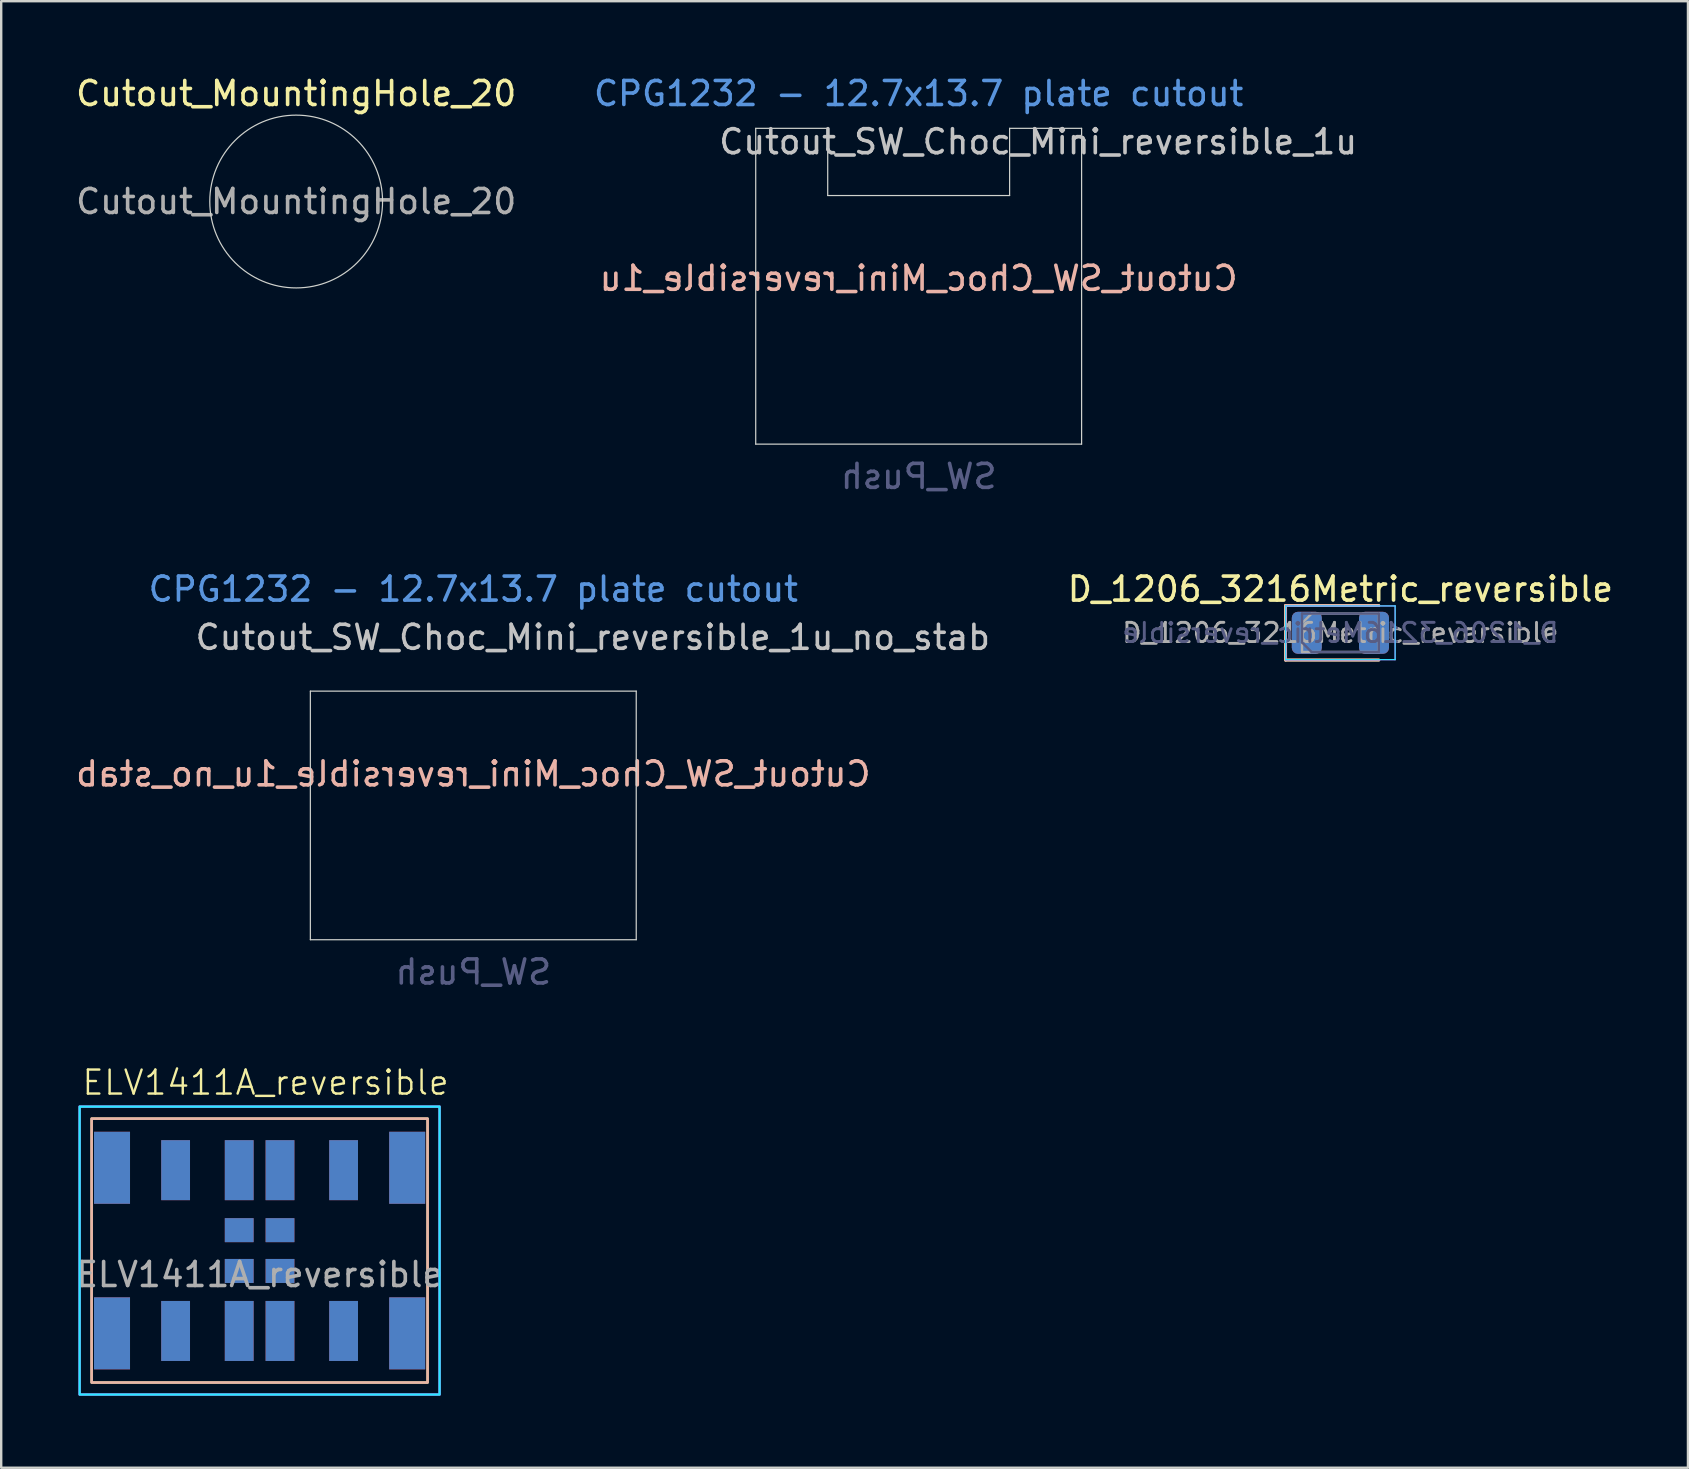
<source format=kicad_pcb>
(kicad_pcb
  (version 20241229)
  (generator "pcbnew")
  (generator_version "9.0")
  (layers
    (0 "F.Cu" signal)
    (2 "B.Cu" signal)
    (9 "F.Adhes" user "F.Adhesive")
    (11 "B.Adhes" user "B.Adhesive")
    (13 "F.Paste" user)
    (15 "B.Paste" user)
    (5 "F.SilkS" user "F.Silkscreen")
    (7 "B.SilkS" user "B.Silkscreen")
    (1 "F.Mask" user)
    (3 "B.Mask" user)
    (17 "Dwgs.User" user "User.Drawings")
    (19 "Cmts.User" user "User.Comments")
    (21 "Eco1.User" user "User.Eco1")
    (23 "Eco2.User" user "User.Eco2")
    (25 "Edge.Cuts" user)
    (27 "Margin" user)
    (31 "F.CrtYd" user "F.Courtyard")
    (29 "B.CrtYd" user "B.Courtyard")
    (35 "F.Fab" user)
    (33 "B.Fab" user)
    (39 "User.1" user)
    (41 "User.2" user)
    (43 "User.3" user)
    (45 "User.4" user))
  (footprint "ELV1411A_reversible"
    (layer "F.Cu")
    (at 7.768 49.063)
    (property "Reference" "ELV1411A_reversible" (at 0.25 -7 0) (unlocked yes) (layer "F.SilkS") (effects (font (size 1 1) (thickness 0.1))))
    (attr smd)
    (fp_rect (start -7 5.5) (end 7 -5.5) (stroke (width 0.1) (type default)) (fill no) (layer "F.SilkS"))
    (fp_rect (start -7 -5.5) (end 7 5.5) (stroke (width 0.1) (type default)) (fill no) (layer "B.SilkS"))
    (fp_rect (start -7.5 -6) (end 7.5 6) (stroke (width 0.1) (type default)) (fill no) (layer "B.CrtYd"))
    (fp_rect (start -7.5 -6) (end 7.5 6) (stroke (width 0.1) (type default)) (fill no) (layer "F.CrtYd"))
    (fp_text user "${REFERENCE}" (at 0 1 0) (unlocked yes) (layer "F.Fab") (effects (font (size 1 1) (thickness 0.15))))
    (pad "1" smd rect (at -0.85 -0.85) (size 1.2 1) (layers "F.Cu" "F.Mask" "F.Paste"))
    (pad "1" smd rect (at -0.85 -0.85) (size 1.2 1) (layers "B.Cu" "B.Mask" "B.Paste"))
    (pad "1" smd rect (at 0.85 -0.85) (size 1.2 1) (layers "F.Cu" "F.Mask" "F.Paste"))
    (pad "1" smd rect (at 0.85 -0.85) (size 1.2 1) (layers "B.Cu" "B.Mask" "B.Paste"))
    (pad "2" smd rect (at -0.85 0.85) (size 1.2 1) (layers "F.Cu" "F.Mask" "F.Paste"))
    (pad "2" smd rect (at -0.85 0.85) (size 1.2 1) (layers "B.Cu" "B.Mask" "B.Paste"))
    (pad "2" smd rect (at 0.85 0.85) (size 1.2 1) (layers "F.Cu" "F.Mask" "F.Paste"))
    (pad "2" smd rect (at 0.85 0.85) (size 1.2 1) (layers "B.Cu" "B.Mask" "B.Paste"))
    (pad "3" smd rect (at -6.15 -3.45) (size 1.5 3) (layers "F.Cu" "F.Mask" "F.Paste"))
    (pad "3" smd rect (at -6.15 -3.45) (size 1.5 3) (layers "B.Cu" "B.Mask" "B.Paste"))
    (pad "3" smd rect (at -6.15 3.45) (size 1.5 3) (layers "F.Cu" "F.Mask" "F.Paste"))
    (pad "3" smd rect (at -6.15 3.45) (size 1.5 3) (layers "B.Cu" "B.Mask" "B.Paste"))
    (pad "3" smd rect (at -3.5 -3.35) (size 1.2 2.5) (layers "F.Cu" "F.Mask" "F.Paste"))
    (pad "3" smd rect (at -3.5 -3.35) (size 1.2 2.5) (layers "B.Cu" "B.Mask" "B.Paste"))
    (pad "3" smd rect (at -3.5 3.35) (size 1.2 2.5) (layers "F.Cu" "F.Mask" "F.Paste"))
    (pad "3" smd rect (at -3.5 3.35) (size 1.2 2.5) (layers "B.Cu" "B.Mask" "B.Paste"))
    (pad "3" smd rect (at -0.85 -3.35) (size 1.2 2.5) (layers "F.Cu" "F.Mask" "F.Paste"))
    (pad "3" smd rect (at -0.85 -3.35) (size 1.2 2.5) (layers "B.Cu" "B.Mask" "B.Paste"))
    (pad "3" smd rect (at -0.85 3.35) (size 1.2 2.5) (layers "F.Cu" "F.Mask" "F.Paste"))
    (pad "3" smd rect (at -0.85 3.35) (size 1.2 2.5) (layers "B.Cu" "B.Mask" "B.Paste"))
    (pad "3" smd rect (at 0.85 -3.35) (size 1.2 2.5) (layers "F.Cu" "F.Mask" "F.Paste"))
    (pad "3" smd rect (at 0.85 -3.35) (size 1.2 2.5) (layers "B.Cu" "B.Mask" "B.Paste"))
    (pad "3" smd rect (at 0.85 3.35) (size 1.2 2.5) (layers "F.Cu" "F.Mask" "F.Paste"))
    (pad "3" smd rect (at 0.85 3.35) (size 1.2 2.5) (layers "B.Cu" "B.Mask" "B.Paste"))
    (pad "3" smd rect (at 3.5 -3.35) (size 1.2 2.5) (layers "F.Cu" "F.Mask" "F.Paste"))
    (pad "3" smd rect (at 3.5 -3.35) (size 1.2 2.5) (layers "B.Cu" "B.Mask" "B.Paste"))
    (pad "3" smd rect (at 3.5 3.35) (size 1.2 2.5) (layers "F.Cu" "F.Mask" "F.Paste"))
    (pad "3" smd rect (at 3.5 3.35) (size 1.2 2.5) (layers "B.Cu" "B.Mask" "B.Paste"))
    (pad "3" smd rect (at 6.15 -3.45) (size 1.5 3) (layers "F.Cu" "F.Mask" "F.Paste"))
    (pad "3" smd rect (at 6.15 -3.45) (size 1.5 3) (layers "B.Cu" "B.Mask" "B.Paste"))
    (pad "3" smd rect (at 6.15 3.45) (size 1.5 3) (layers "F.Cu" "F.Mask" "F.Paste"))
    (pad "3" smd rect (at 6.15 3.45) (size 1.5 3) (layers "B.Cu" "B.Mask" "B.Paste")))
  (footprint "Cutout_SW_Choc_Mini_reversible_1u_no_stab"
    (layer "F.Cu")
    (at 16.673 29.2)
    (property "Reference" "Cutout_SW_Choc_Mini_reversible_1u_no_stab" (at 4.98 -5.69 0) (layer "Dwgs.User") (effects (font (size 1 1) (thickness 0.15))))
    (property "Value" "SW_Push" (at -0.07 8.17 0) (layer "Dwgs.User") (hide yes) (effects (font (size 1 1) (thickness 0.15))))
    (attr through_hole)
    (fp_line (start -6.79 -3.45) (end -6.79 6.91) (stroke (width 0.05) (type default)) (layer "Edge.Cuts"))
    (fp_line (start -6.79 6.91) (end 6.79 6.91) (stroke (width 0.05) (type default)) (layer "Edge.Cuts"))
    (fp_line (start 6.79 -3.45) (end -6.79 -3.45) (stroke (width 0.05) (type default)) (layer "Edge.Cuts"))
    (fp_line (start 6.79 6.91) (end 6.79 -3.45) (stroke (width 0.05) (type default)) (layer "Edge.Cuts"))
    (fp_text user "${REFERENCE}" (at 0 0 0) (layer "B.SilkS") (effects (font (size 1 1) (thickness 0.15)) (justify mirror)))
    (fp_text user "CPG1232 - 12.7x13.7 plate cutout" (at 0 -7.7 0) (layer "Cmts.User") (effects (font (size 1 1) (thickness 0.15))))
    (fp_text user "${VALUE}" (at 0 8.255 0) (layer "B.Fab") (effects (font (size 1 1) (thickness 0.15)) (justify mirror))))
  (footprint "Cutout_SW_Choc_Mini_reversible_1u"
    (layer "F.Cu")
    (at 35.232 8.548)
    (property "Reference" "Cutout_SW_Choc_Mini_reversible_1u" (at 4.98 -5.69 0) (layer "Dwgs.User") (effects (font (size 1 1) (thickness 0.15))))
    (property "Value" "SW_Push" (at -0.07 8.17 0) (layer "Dwgs.User") (hide yes) (effects (font (size 1 1) (thickness 0.15))))
    (attr through_hole)
    (fp_line (start -6.79 -6.25) (end -6.79 6.91) (stroke (width 0.05) (type default)) (layer "Edge.Cuts"))
    (fp_line (start -6.79 6.91) (end 6.79 6.91) (stroke (width 0.05) (type default)) (layer "Edge.Cuts"))
    (fp_line (start -3.79 -6.25) (end -6.79 -6.25) (stroke (width 0.05) (type default)) (layer "Edge.Cuts"))
    (fp_line (start -3.79 -3.45) (end -3.79 -6.25) (stroke (width 0.05) (type default)) (layer "Edge.Cuts"))
    (fp_line (start 3.79 -6.25) (end 3.79 -3.45) (stroke (width 0.05) (type default)) (layer "Edge.Cuts"))
    (fp_line (start 3.79 -3.45) (end -3.79 -3.45) (stroke (width 0.05) (type default)) (layer "Edge.Cuts"))
    (fp_line (start 6.79 -6.25) (end 3.79 -6.25) (stroke (width 0.05) (type default)) (layer "Edge.Cuts"))
    (fp_line (start 6.79 6.91) (end 6.79 -6.25) (stroke (width 0.05) (type default)) (layer "Edge.Cuts"))
    (fp_text user "${REFERENCE}" (at 0 0 0) (layer "B.SilkS") (effects (font (size 1 1) (thickness 0.15)) (justify mirror)))
    (fp_text user "CPG1232 - 12.7x13.7 plate cutout" (at 0 -7.7 0) (layer "Cmts.User") (effects (font (size 1 1) (thickness 0.15))))
    (fp_text user "${VALUE}" (at 0 8.255 0) (layer "B.Fab") (effects (font (size 1 1) (thickness 0.15)) (justify mirror))))
  (footprint "Cutout_MountingHole_20"
    (layer "F.Cu")
    (at 9.292 5.348)
    (property "Reference" "Cutout_MountingHole_20" (at 0 -4.5 0) (layer "F.SilkS") (effects (font (size 1 1) (thickness 0.15))))
    (attr exclude_from_pos_files exclude_from_bom)
    (fp_circle (center 0 0) (end 3.6 0) (stroke (width 0.05) (type default)) (fill no) (layer "Edge.Cuts"))
    (fp_text user "${REFERENCE}" (at 0 0 0) (layer "F.Fab") (effects (font (size 1 1) (thickness 0.15)))))
  (footprint "D_1206_3216Metric_reversible"
    (layer "F.Cu")
    (at 52.807 23.32)
    (property "Reference" "D_1206_3216Metric_reversible" (at 0 -1.82 0) (layer "F.SilkS") (effects (font (size 1 1) (thickness 0.15))))
    (attr smd)
    (fp_line (start -2.285 -1.135) (end -2.285 1.135) (stroke (width 0.12) (type solid)) (layer "F.SilkS"))
    (fp_line (start -2.285 1.135) (end 1.6 1.135) (stroke (width 0.12) (type solid)) (layer "F.SilkS"))
    (fp_line (start 1.6 -1.135) (end -2.285 -1.135) (stroke (width 0.12) (type solid)) (layer "F.SilkS"))
    (fp_line (start -2.285 -1.135) (end -2.285 1.135) (stroke (width 0.12) (type solid)) (layer "B.SilkS"))
    (fp_line (start -2.285 1.135) (end 1.6 1.135) (stroke (width 0.12) (type solid)) (layer "B.SilkS"))
    (fp_line (start 1.6 -1.135) (end -2.285 -1.135) (stroke (width 0.12) (type solid)) (layer "B.SilkS"))
    (fp_line (start -2.28 -1.12) (end 2.28 -1.12) (stroke (width 0.05) (type solid)) (layer "B.CrtYd"))
    (fp_line (start -2.28 1.12) (end -2.28 -1.12) (stroke (width 0.05) (type solid)) (layer "B.CrtYd"))
    (fp_line (start 2.28 -1.12) (end 2.28 1.12) (stroke (width 0.05) (type solid)) (layer "B.CrtYd"))
    (fp_line (start 2.28 1.12) (end -2.28 1.12) (stroke (width 0.05) (type solid)) (layer "B.CrtYd"))
    (fp_line (start -2.28 -1.12) (end 2.28 -1.12) (stroke (width 0.05) (type solid)) (layer "F.CrtYd"))
    (fp_line (start -2.28 1.12) (end -2.28 -1.12) (stroke (width 0.05) (type solid)) (layer "F.CrtYd"))
    (fp_line (start 2.28 -1.12) (end 2.28 1.12) (stroke (width 0.05) (type solid)) (layer "F.CrtYd"))
    (fp_line (start 2.28 1.12) (end -2.28 1.12) (stroke (width 0.05) (type solid)) (layer "F.CrtYd"))
    (fp_line (start -1.6 -0.8) (end -1.6 0.4) (stroke (width 0.1) (type solid)) (layer "B.Fab"))
    (fp_line (start -1.6 0.4) (end -1.2 0.8) (stroke (width 0.1) (type solid)) (layer "B.Fab"))
    (fp_line (start -1.2 0.8) (end 1.6 0.8) (stroke (width 0.1) (type solid)) (layer "B.Fab"))
    (fp_line (start 1.6 -0.8) (end -1.6 -0.8) (stroke (width 0.1) (type solid)) (layer "B.Fab"))
    (fp_line (start 1.6 0.8) (end 1.6 -0.8) (stroke (width 0.1) (type solid)) (layer "B.Fab"))
    (fp_line (start -1.6 -0.4) (end -1.6 0.8) (stroke (width 0.1) (type solid)) (layer "F.Fab"))
    (fp_line (start -1.6 0.8) (end 1.6 0.8) (stroke (width 0.1) (type solid)) (layer "F.Fab"))
    (fp_line (start -1.2 -0.8) (end -1.6 -0.4) (stroke (width 0.1) (type solid)) (layer "F.Fab"))
    (fp_line (start 1.6 -0.8) (end -1.2 -0.8) (stroke (width 0.1) (type solid)) (layer "F.Fab"))
    (fp_line (start 1.6 0.8) (end 1.6 -0.8) (stroke (width 0.1) (type solid)) (layer "F.Fab"))
    (fp_text user "${REFERENCE}" (at 0 0 180) (layer "B.Fab") (effects (font (size 0.8 0.8) (thickness 0.12)) (justify mirror)))
    (fp_text user "${REFERENCE}" (at 0 0 0) (layer "F.Fab") (effects (font (size 0.8 0.8) (thickness 0.12))))
    (pad "1" smd roundrect (at -1.4 0) (size 1.25 1.75) (layers "F.Cu" "F.Mask" "F.Paste") (roundrect_rratio 0.2))
    (pad "1" smd roundrect (at -1.4 0 180) (size 1.25 1.75) (layers "B.Cu" "B.Mask" "B.Paste") (roundrect_rratio 0.2))
    (pad "2" smd roundrect (at 1.4 0) (size 1.25 1.75) (layers "F.Cu" "F.Mask" "F.Paste") (roundrect_rratio 0.2))
    (pad "2" smd roundrect (at 1.4 0 180) (size 1.25 1.75) (layers "B.Cu" "B.Mask" "B.Paste") (roundrect_rratio 0.2)))
  (gr_rect
    (start -3 -3)
    (end 67.29 58.114)
    (stroke (width 0.1) (type default))
    (fill no)
    (layer "Edge.Cuts")))
</source>
